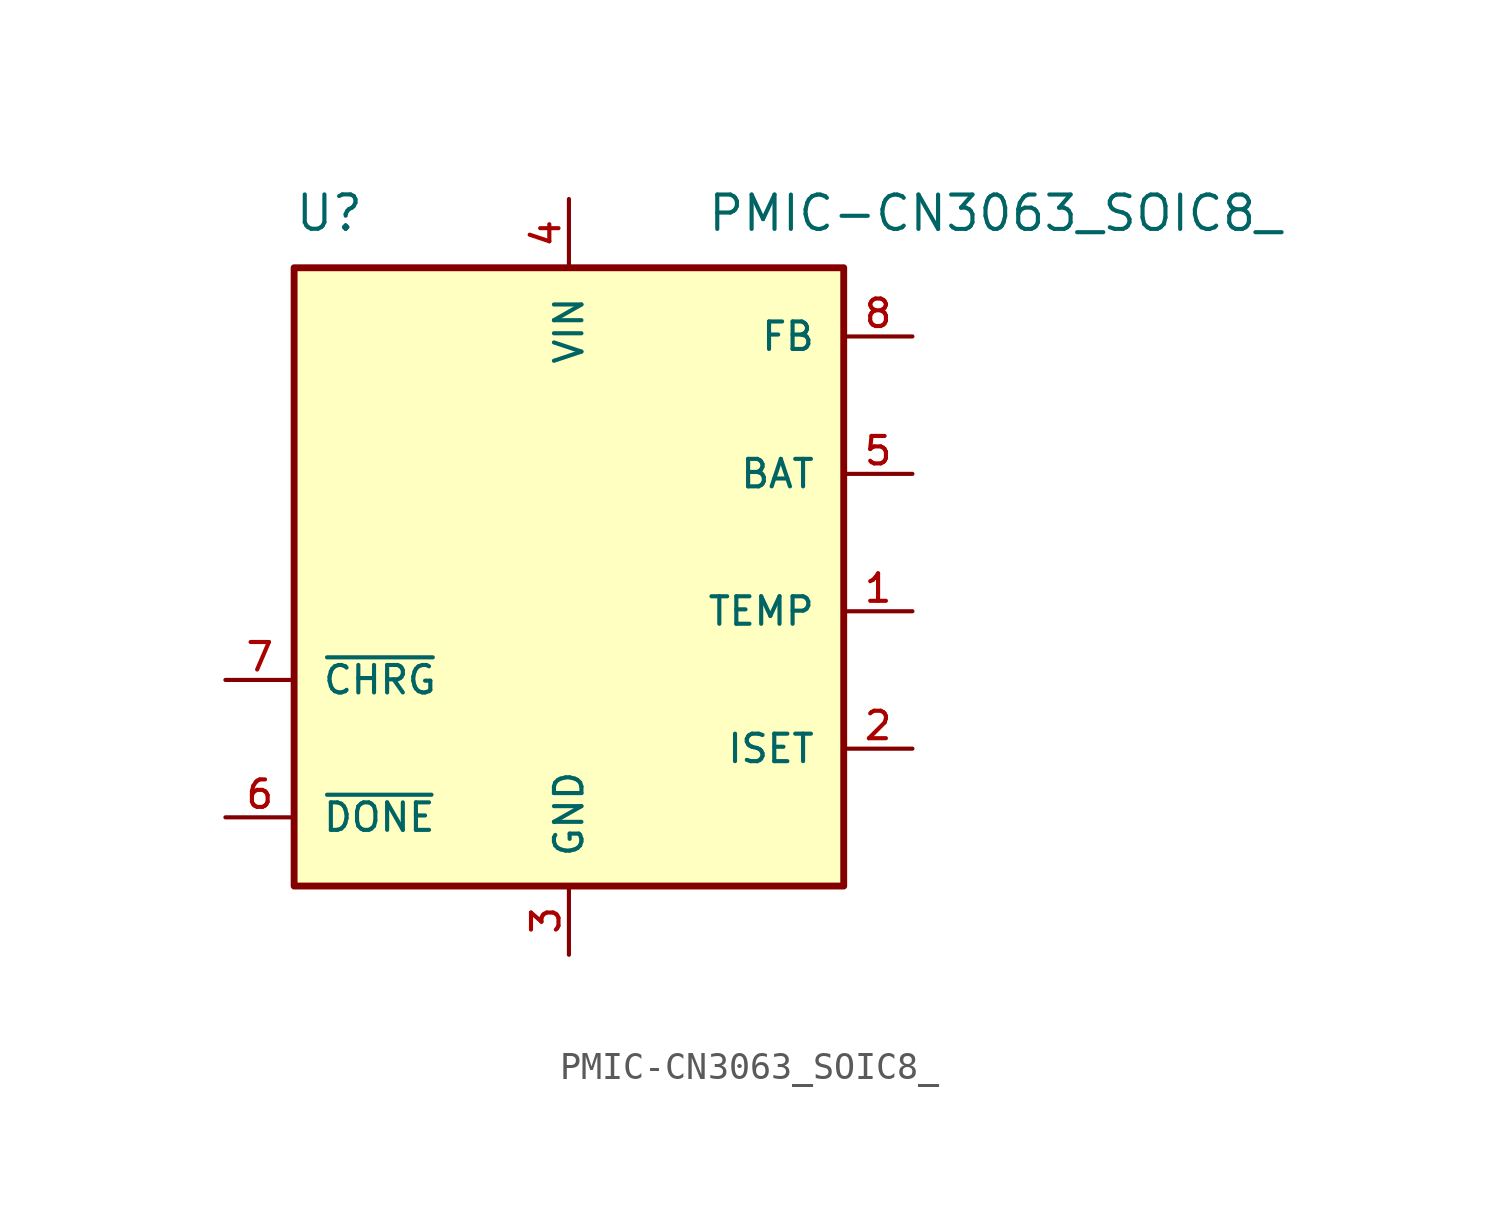
<source format=kicad_sym>
(kicad_symbol_lib
  (version 20211014)
  (generator kicad_symbol_editor)
  (symbol "PMIC-CN3063_SOIC8_"
    (pin_names
      (offset 1.016))
    (property "Reference" "U"
      (at -10.169 8.898 0)
      (effects (font (size 1.27 1.27)) (justify bottom left)))
    (property "Value" "PMIC-CN3063_SOIC8_"
      (at 5.082 8.893 0)
      (effects (font (size 1.27 1.27)) (justify bottom left)))
    (symbol "PMIC-CN3063_SOIC8__0_0"
      (rectangle (start -10.16 -15.24) (end 10.16 7.62) (stroke (width 0.254)) (fill (type background)))
      (pin bidirectional line (at 12.7 -10.16 180.0) (length 2.54) (name "ISET" (effects (font (size 1.016 1.016)))) (number "2" (effects (font (size 1.016 1.016)))))
      (pin input line (at 0.0 10.16 270.0) (length 2.54) (name "VIN" (effects (font (size 1.016 1.016)))) (number "4" (effects (font (size 1.016 1.016)))))
      (pin output line (at -12.7 -7.62 0) (length 2.54) (name "~{CHRG}" (effects (font (size 1.016 1.016)))) (number "7" (effects (font (size 1.016 1.016)))))
      (pin power_in line (at 0.0 -17.78 90.0) (length 2.54) (name "GND" (effects (font (size 1.016 1.016)))) (number "3" (effects (font (size 1.016 1.016)))))
      (pin input line (at 12.7 5.08 180.0) (length 2.54) (name "FB" (effects (font (size 1.016 1.016)))) (number "8" (effects (font (size 1.016 1.016)))))
      (pin bidirectional line (at 12.7 -5.08 180.0) (length 2.54) (name "TEMP" (effects (font (size 1.016 1.016)))) (number "1" (effects (font (size 1.016 1.016)))))
      (pin input line (at -12.7 -12.7 0) (length 2.54) (name "~{DONE}" (effects (font (size 1.016 1.016)))) (number "6" (effects (font (size 1.016 1.016)))))
      (pin power_in line (at 12.7 0.0 180.0) (length 2.54) (name "BAT" (effects (font (size 1.016 1.016)))) (number "5" (effects (font (size 1.016 1.016))))))))
</source>
